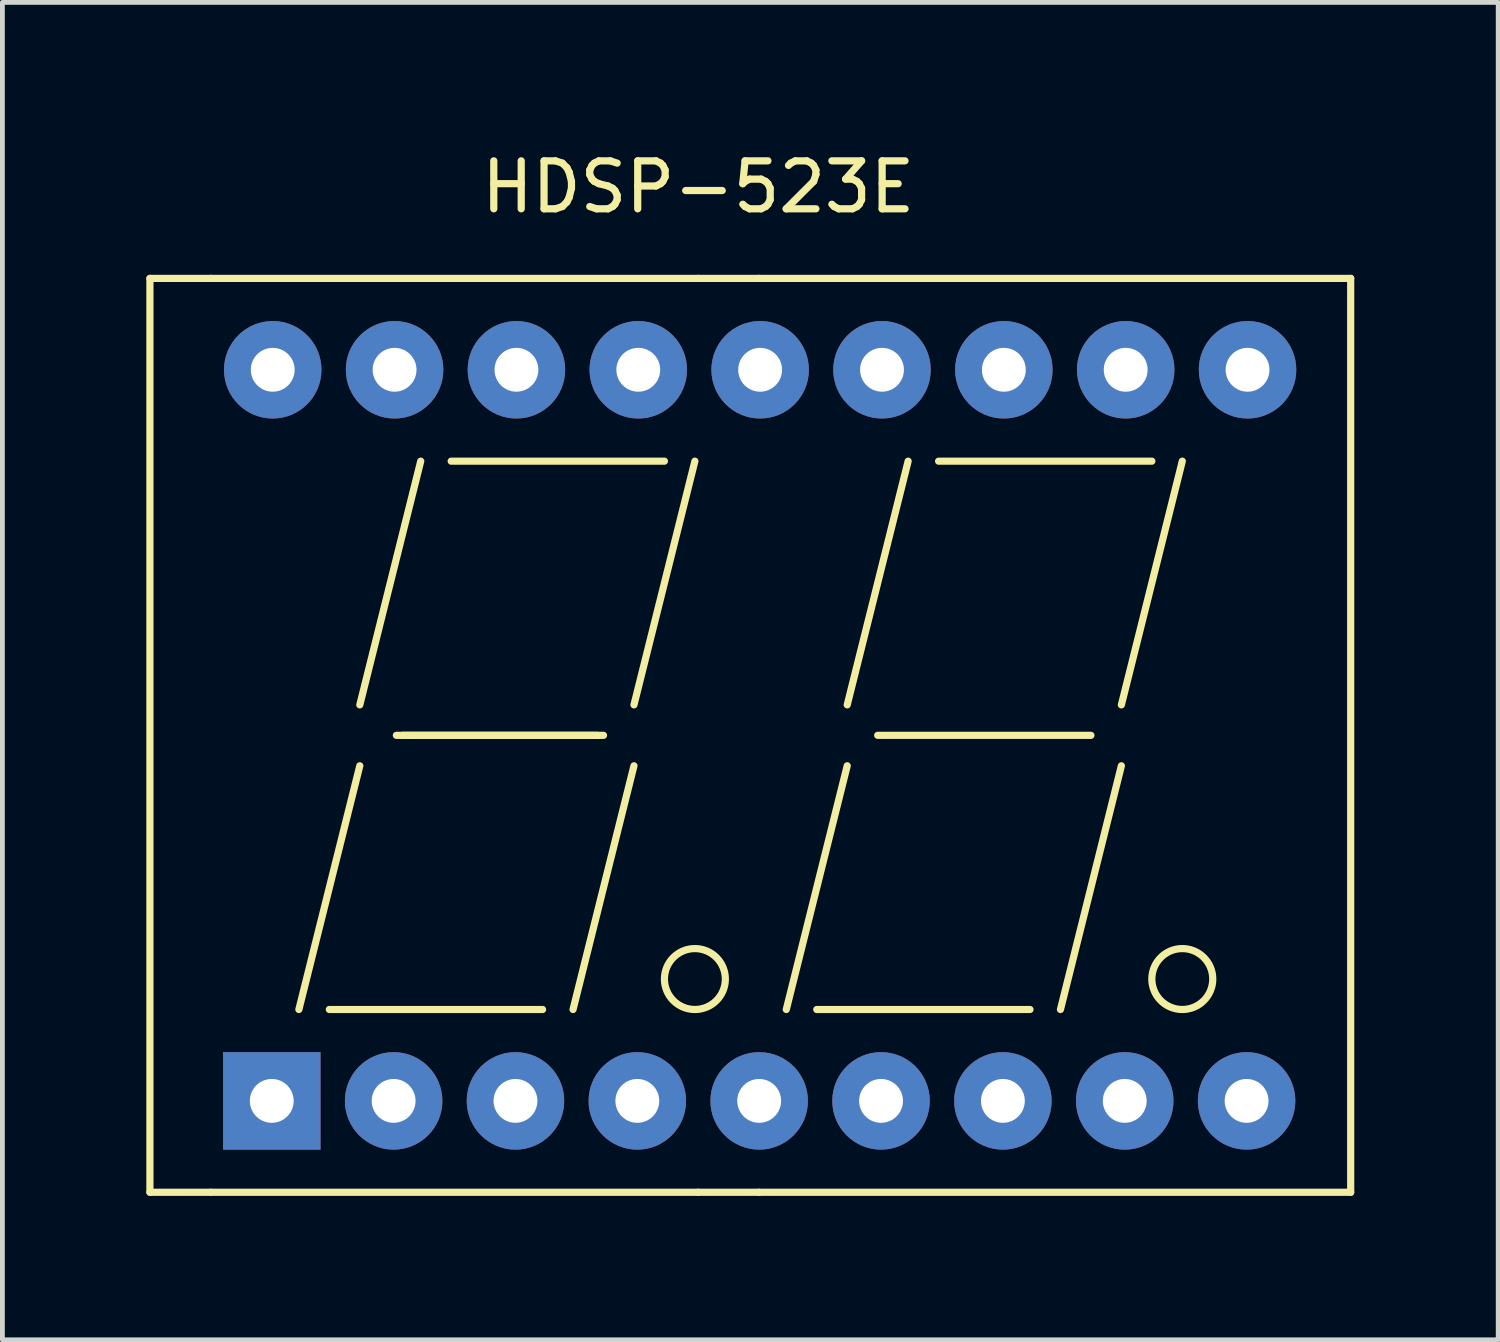
<source format=kicad_pcb>
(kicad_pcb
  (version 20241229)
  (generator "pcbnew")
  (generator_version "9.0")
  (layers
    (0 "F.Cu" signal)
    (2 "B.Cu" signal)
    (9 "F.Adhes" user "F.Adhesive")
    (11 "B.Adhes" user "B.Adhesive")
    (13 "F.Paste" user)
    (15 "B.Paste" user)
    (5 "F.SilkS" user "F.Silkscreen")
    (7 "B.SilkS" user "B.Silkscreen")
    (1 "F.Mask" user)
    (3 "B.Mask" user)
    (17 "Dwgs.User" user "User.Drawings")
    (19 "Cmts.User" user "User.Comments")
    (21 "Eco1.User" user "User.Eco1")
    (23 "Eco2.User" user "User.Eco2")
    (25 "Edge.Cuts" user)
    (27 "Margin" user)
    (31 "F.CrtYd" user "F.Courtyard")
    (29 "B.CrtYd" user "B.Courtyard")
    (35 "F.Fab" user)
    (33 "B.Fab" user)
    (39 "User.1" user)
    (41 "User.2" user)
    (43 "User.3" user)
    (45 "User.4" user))
  (footprint "HDSP-523E"
    (layer "F.Cu")
    (at 12.605 12.278)
    (property "Reference" "HDSP-523E" (at -1.1 -11.43 0) (layer "F.SilkS") (effects (font (size 1 1) (thickness 0.15))))
    (attr through_hole)
    (fp_line (start -12.53 -9.525) (end -12.53 9.525) (stroke (width 0.15) (type solid)) (layer "F.SilkS"))
    (fp_line (start -12.53 9.525) (end -11.26 9.525) (stroke (width 0.15) (type solid)) (layer "F.SilkS"))
    (fp_line (start -11.26 -9.525) (end -12.53 -9.525) (stroke (width 0.15) (type solid)) (layer "F.SilkS"))
    (fp_line (start -11.26 9.525) (end -1.1 9.525) (stroke (width 0.15) (type solid)) (layer "F.SilkS"))
    (fp_line (start -8.79 5.715) (end -4.345 5.715) (stroke (width 0.15) (type solid)) (layer "F.SilkS"))
    (fp_line (start -8.155 -0.635) (end -6.885 -5.715) (stroke (width 0.15) (type solid)) (layer "F.SilkS"))
    (fp_line (start -8.155 0.635) (end -9.425 5.715) (stroke (width 0.15) (type solid)) (layer "F.SilkS"))
    (fp_line (start -7.393 0) (end -3.075 0) (stroke (width 0.15) (type solid)) (layer "F.SilkS"))
    (fp_line (start -7.266 0) (end -3.202 0) (stroke (width 0.15) (type solid)) (layer "F.SilkS"))
    (fp_line (start -6.25 -5.715) (end -1.805 -5.715) (stroke (width 0.15) (type solid)) (layer "F.SilkS"))
    (fp_line (start -2.44 -0.635) (end -1.17 -5.715) (stroke (width 0.15) (type solid)) (layer "F.SilkS"))
    (fp_line (start -2.44 0.635) (end -3.71 5.715) (stroke (width 0.15) (type solid)) (layer "F.SilkS"))
    (fp_line (start -1.1 -9.525) (end -11.26 -9.525) (stroke (width 0.15) (type solid)) (layer "F.SilkS"))
    (fp_line (start -1.1 9.525) (end 0.17 9.525) (stroke (width 0.15) (type solid)) (layer "F.SilkS"))
    (fp_line (start 0.17 -9.525) (end -1.1 -9.525) (stroke (width 0.15) (type solid)) (layer "F.SilkS"))
    (fp_line (start 0.17 -9.525) (end 12.5 -9.525) (stroke (width 0.15) (type solid)) (layer "F.SilkS"))
    (fp_line (start 0.735 5.715) (end 2.005 0.635) (stroke (width 0.15) (type solid)) (layer "F.SilkS"))
    (fp_line (start 1.37 5.715) (end 5.815 5.715) (stroke (width 0.15) (type solid)) (layer "F.SilkS"))
    (fp_line (start 2.005 -0.635) (end 3.275 -5.715) (stroke (width 0.15) (type solid)) (layer "F.SilkS"))
    (fp_line (start 2.64 0) (end 7.085 0) (stroke (width 0.15) (type solid)) (layer "F.SilkS"))
    (fp_line (start 3.91 -5.715) (end 8.355 -5.715) (stroke (width 0.15) (type solid)) (layer "F.SilkS"))
    (fp_line (start 7.72 -0.635) (end 8.99 -5.715) (stroke (width 0.15) (type solid)) (layer "F.SilkS"))
    (fp_line (start 7.72 0.635) (end 6.45 5.715) (stroke (width 0.15) (type solid)) (layer "F.SilkS"))
    (fp_line (start 12.5 -9.525) (end 12.5 9.525) (stroke (width 0.15) (type solid)) (layer "F.SilkS"))
    (fp_line (start 12.5 9.525) (end 0.17 9.525) (stroke (width 0.15) (type solid)) (layer "F.SilkS"))
    (fp_circle (center -1.17 5.08) (end -0.535 5.08) (stroke (width 0.15) (type solid)) (fill no) (layer "F.SilkS"))
    (fp_circle (center 8.99 5.08) (end 9.625 5.08) (stroke (width 0.15) (type solid)) (fill no) (layer "F.SilkS"))
    (pad "1" thru_hole rect (at -9.99 7.62) (size 2.032 2.032) (drill 0.914) (layers "*.Cu" "*.Mask"))
    (pad "2" thru_hole circle (at -7.45 7.62) (size 2.032 2.032) (drill 0.914) (layers "*.Cu" "*.Mask"))
    (pad "3" thru_hole circle (at -4.91 7.62) (size 2.032 2.032) (drill 0.914) (layers "*.Cu" "*.Mask"))
    (pad "4" thru_hole circle (at -2.37 7.62) (size 2.032 2.032) (drill 0.914) (layers "*.Cu" "*.Mask"))
    (pad "5" thru_hole circle (at 0.17 7.62) (size 2.032 2.032) (drill 0.914) (layers "*.Cu" "*.Mask"))
    (pad "6" thru_hole circle (at 2.71 7.62) (size 2.032 2.032) (drill 0.914) (layers "*.Cu" "*.Mask"))
    (pad "7" thru_hole circle (at 5.25 7.62) (size 2.032 2.032) (drill 0.914) (layers "*.Cu" "*.Mask"))
    (pad "8" thru_hole circle (at 7.79 7.62) (size 2.032 2.032) (drill 0.914) (layers "*.Cu" "*.Mask"))
    (pad "9" thru_hole circle (at 10.33 7.62) (size 2.032 2.032) (drill 0.914) (layers "*.Cu" "*.Mask"))
    (pad "10" thru_hole circle (at 10.35 -7.62) (size 2.032 2.032) (drill 0.914) (layers "*.Cu" "*.Mask"))
    (pad "11" thru_hole circle (at 7.81 -7.62) (size 2.032 2.032) (drill 0.914) (layers "*.Cu" "*.Mask"))
    (pad "12" thru_hole circle (at 5.27 -7.62) (size 2.032 2.032) (drill 0.914) (layers "*.Cu" "*.Mask"))
    (pad "13" thru_hole circle (at 2.73 -7.62) (size 2.032 2.032) (drill 0.914) (layers "*.Cu" "*.Mask"))
    (pad "14" thru_hole circle (at 0.19 -7.62) (size 2.032 2.032) (drill 0.914) (layers "*.Cu" "*.Mask"))
    (pad "15" thru_hole circle (at -2.35 -7.62) (size 2.032 2.032) (drill 0.914) (layers "*.Cu" "*.Mask"))
    (pad "16" thru_hole circle (at -4.89 -7.62) (size 2.032 2.032) (drill 0.914) (layers "*.Cu" "*.Mask"))
    (pad "17" thru_hole circle (at -7.43 -7.62) (size 2.032 2.032) (drill 0.914) (layers "*.Cu" "*.Mask"))
    (pad "18" thru_hole circle (at -9.97 -7.62) (size 2.032 2.032) (drill 0.914) (layers "*.Cu" "*.Mask")))
  (gr_rect
    (start -3 -3)
    (end 28.18 24.878)
    (stroke (width 0.1) (type default))
    (fill no)
    (layer "Edge.Cuts")))
</source>
